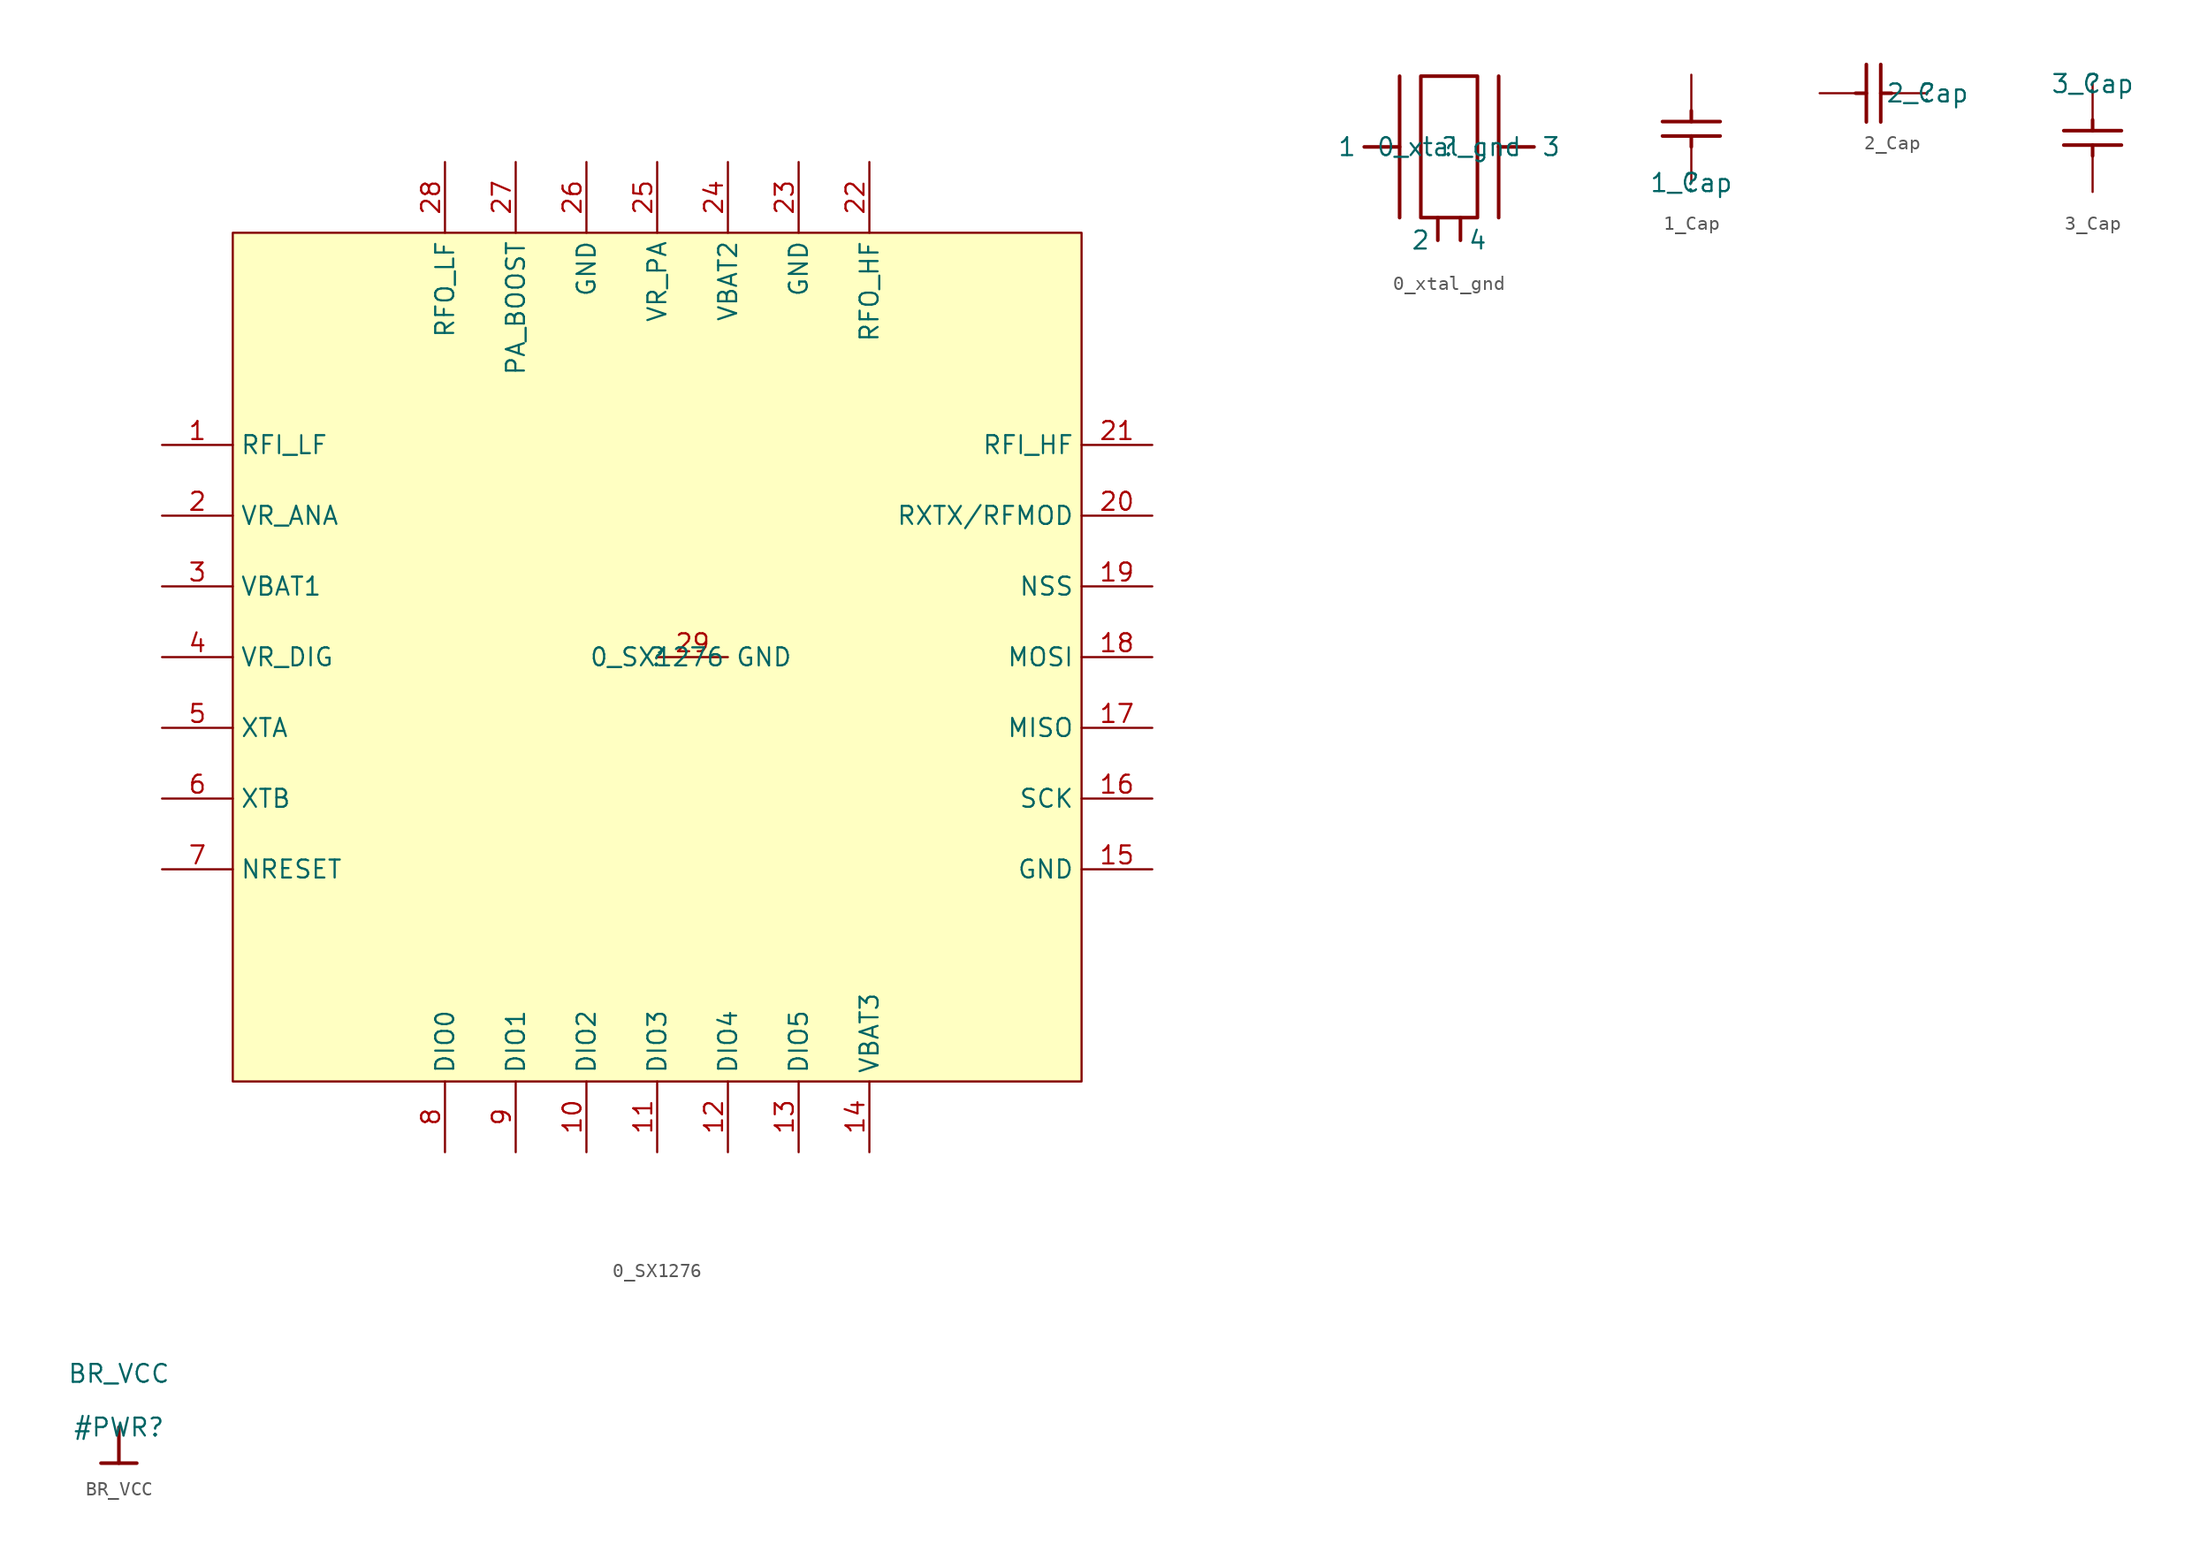
<source format=kicad_sym>
(kicad_symbol_lib
  (version 20211014)
  (generator kicad_symbol_editor)
  (symbol "0_SX1276"
    (property "Reference" ""
      (at 0 0 0)
      (effects (font (size 1.27 1.27))))
    (property "Value" "0_SX1276"
      (at 0 0 0)
      (effects (font (size 1.27 1.27))))
    (symbol "0_SX1276_1_0"
      (rectangle (start 30 30) (end -30 -30) (stroke (width 0) (type default) (color 0 0 0 0)) (fill (type background)))
      (pin passive line (at -35 15 0) (length 5) (name "RFI_LF" (effects (font (size 1.27 1.27)))) (number "1" (effects (font (size 1.27 1.27)))))
      (pin passive line (at -5 -35 90) (length 5) (name "DIO2" (effects (font (size 1.27 1.27)))) (number "10" (effects (font (size 1.27 1.27)))))
      (pin passive line (at 0 -35 90) (length 5) (name "DIO3" (effects (font (size 1.27 1.27)))) (number "11" (effects (font (size 1.27 1.27)))))
      (pin passive line (at 5 -35 90) (length 5) (name "DIO4" (effects (font (size 1.27 1.27)))) (number "12" (effects (font (size 1.27 1.27)))))
      (pin passive line (at 10 -35 90) (length 5) (name "DIO5" (effects (font (size 1.27 1.27)))) (number "13" (effects (font (size 1.27 1.27)))))
      (pin passive line (at 15 -35 90) (length 5) (name "VBAT3" (effects (font (size 1.27 1.27)))) (number "14" (effects (font (size 1.27 1.27)))))
      (pin passive line (at 35 -15 180) (length 5) (name "GND" (effects (font (size 1.27 1.27)))) (number "15" (effects (font (size 1.27 1.27)))))
      (pin passive line (at 35 -10 180) (length 5) (name "SCK" (effects (font (size 1.27 1.27)))) (number "16" (effects (font (size 1.27 1.27)))))
      (pin passive line (at 35 -5 180) (length 5) (name "MISO" (effects (font (size 1.27 1.27)))) (number "17" (effects (font (size 1.27 1.27)))))
      (pin passive line (at 35 0 180) (length 5) (name "MOSI" (effects (font (size 1.27 1.27)))) (number "18" (effects (font (size 1.27 1.27)))))
      (pin passive line (at 35 5 180) (length 5) (name "NSS" (effects (font (size 1.27 1.27)))) (number "19" (effects (font (size 1.27 1.27)))))
      (pin passive line (at -35 10 0) (length 5) (name "VR_ANA" (effects (font (size 1.27 1.27)))) (number "2" (effects (font (size 1.27 1.27)))))
      (pin passive line (at 35 10 180) (length 5) (name "RXTX/RFMOD" (effects (font (size 1.27 1.27)))) (number "20" (effects (font (size 1.27 1.27)))))
      (pin passive line (at 35 15 180) (length 5) (name "RFI_HF" (effects (font (size 1.27 1.27)))) (number "21" (effects (font (size 1.27 1.27)))))
      (pin passive line (at 15 35 270) (length 5) (name "RFO_HF" (effects (font (size 1.27 1.27)))) (number "22" (effects (font (size 1.27 1.27)))))
      (pin passive line (at 10 35 270) (length 5) (name "GND" (effects (font (size 1.27 1.27)))) (number "23" (effects (font (size 1.27 1.27)))))
      (pin passive line (at 5 35 270) (length 5) (name "VBAT2" (effects (font (size 1.27 1.27)))) (number "24" (effects (font (size 1.27 1.27)))))
      (pin passive line (at 0 35 270) (length 5) (name "VR_PA" (effects (font (size 1.27 1.27)))) (number "25" (effects (font (size 1.27 1.27)))))
      (pin passive line (at -5 35 270) (length 5) (name "GND" (effects (font (size 1.27 1.27)))) (number "26" (effects (font (size 1.27 1.27)))))
      (pin passive line (at -10 35 270) (length 5) (name "PA_BOOST" (effects (font (size 1.27 1.27)))) (number "27" (effects (font (size 1.27 1.27)))))
      (pin passive line (at -15 35 270) (length 5) (name "RFO_LF" (effects (font (size 1.27 1.27)))) (number "28" (effects (font (size 1.27 1.27)))))
      (pin passive line (at 0 0 0) (length 5) (name "GND" (effects (font (size 1.27 1.27)))) (number "29" (effects (font (size 1.27 1.27)))))
      (pin passive line (at -35 5 0) (length 5) (name "VBAT1" (effects (font (size 1.27 1.27)))) (number "3" (effects (font (size 1.27 1.27)))))
      (pin passive line (at -35 0 0) (length 5) (name "VR_DIG" (effects (font (size 1.27 1.27)))) (number "4" (effects (font (size 1.27 1.27)))))
      (pin passive line (at -35 -5 0) (length 5) (name "XTA" (effects (font (size 1.27 1.27)))) (number "5" (effects (font (size 1.27 1.27)))))
      (pin passive line (at -35 -10 0) (length 5) (name "XTB" (effects (font (size 1.27 1.27)))) (number "6" (effects (font (size 1.27 1.27)))))
      (pin passive line (at -35 -15 0) (length 5) (name "NRESET" (effects (font (size 1.27 1.27)))) (number "7" (effects (font (size 1.27 1.27)))))
      (pin passive line (at -15 -35 90) (length 5) (name "DIO0" (effects (font (size 1.27 1.27)))) (number "8" (effects (font (size 1.27 1.27)))))
      (pin passive line (at -10 -35 90) (length 5) (name "DIO1" (effects (font (size 1.27 1.27)))) (number "9" (effects (font (size 1.27 1.27)))))))
  (symbol "0_xtal_gnd"
    (property "Reference" ""
      (at 0 0 0)
      (effects (font (size 1.27 1.27))))
    (property "Value" "0_xtal_gnd"
      (at 0 0 0)
      (effects (font (size 1.27 1.27))))
    (symbol "0_xtal_gnd_1_0"
      (polyline (pts (xy -6 0) (xy -3.5 0)) (stroke (width 0.254) (type default) (color 0 0 0 0)) (fill (type none)))
      (polyline (pts (xy -3.5 5) (xy -3.5 -5)) (stroke (width 0.254) (type default) (color 0 0 0 0)) (fill (type none)))
      (polyline (pts (xy -0.8 -6.6) (xy -0.8 -5)) (stroke (width 0.254) (type default) (color 0 0 0 0)) (fill (type none)))
      (polyline (pts (xy 0.8 -6.6) (xy 0.8 -5)) (stroke (width 0.254) (type default) (color 0 0 0 0)) (fill (type none)))
      (polyline (pts (xy 3.5 5) (xy 3.5 -5)) (stroke (width 0.254) (type default) (color 0 0 0 0)) (fill (type none)))
      (polyline (pts (xy 6 0) (xy 3.5 0)) (stroke (width 0.254) (type default) (color 0 0 0 0)) (fill (type none)))
      (polyline (pts (xy 2 -5) (xy 2 5) (xy -2 5) (xy -2 -5) (xy 2 -5)) (stroke (width 0.254) (type default) (color 0 0 0 0)) (fill (type none)))
      (pin passive line (at -6 0 180) (length 0) (name "1" (effects (font (size 1.27 1.27)))) (number "1" (effects (font (size 0 0)))))
      (pin passive line (at -0.8 -6.6 180) (length 0) (name "2" (effects (font (size 1.27 1.27)))) (number "2" (effects (font (size 0 0)))))
      (pin passive line (at 6 0 0) (length 0) (name "3" (effects (font (size 1.27 1.27)))) (number "3" (effects (font (size 0 0)))))
      (pin passive line (at 0.8 -6.6 0) (length 0) (name "4" (effects (font (size 1.27 1.27)))) (number "4" (effects (font (size 0 0)))))))
  (symbol "1_Cap"
    (property "Reference" ""
      (at 0 0 0)
      (effects (font (size 1.27 1.27))))
    (property "Value" "1_Cap"
      (at 0 0 0)
      (effects (font (size 1.27 1.27))))
    (symbol "1_Cap_1_0"
      (polyline (pts (xy -2.032 4.318) (xy 2.032 4.318)) (stroke (width 0.254) (type default) (color 0 0 0 0)) (fill (type none)))
      (polyline (pts (xy 0 2.54) (xy 0 3.302)) (stroke (width 0.254) (type default) (color 0 0 0 0)) (fill (type none)))
      (polyline (pts (xy 0 5.08) (xy 0 4.318)) (stroke (width 0.254) (type default) (color 0 0 0 0)) (fill (type none)))
      (polyline (pts (xy 2.032 3.302) (xy -2.032 3.302)) (stroke (width 0.254) (type default) (color 0 0 0 0)) (fill (type none)))
      (pin passive line (at 0 0 90) (length 2.54) (name "1" (effects (font (size 0 0)))) (number "1" (effects (font (size 0 0)))))
      (pin passive line (at 0 7.62 270) (length 2.54) (name "2" (effects (font (size 0 0)))) (number "2" (effects (font (size 0 0)))))))
  (symbol "2_Cap"
    (property "Reference" ""
      (at 0 0 0)
      (effects (font (size 1.27 1.27))))
    (property "Value" "2_Cap"
      (at 0 0 0)
      (effects (font (size 1.27 1.27))))
    (symbol "2_Cap_1_0"
      (polyline (pts (xy -5.08 0) (xy -4.318 0)) (stroke (width 0.254) (type default) (color 0 0 0 0)) (fill (type none)))
      (polyline (pts (xy -4.318 -2.032) (xy -4.318 2.032)) (stroke (width 0.254) (type default) (color 0 0 0 0)) (fill (type none)))
      (polyline (pts (xy -3.302 2.032) (xy -3.302 -2.032)) (stroke (width 0.254) (type default) (color 0 0 0 0)) (fill (type none)))
      (polyline (pts (xy -2.54 0) (xy -3.302 0)) (stroke (width 0.254) (type default) (color 0 0 0 0)) (fill (type none)))
      (pin passive line (at 0 0 180) (length 2.54) (name "1" (effects (font (size 0 0)))) (number "1" (effects (font (size 0 0)))))
      (pin passive line (at -7.62 0 0) (length 2.54) (name "2" (effects (font (size 0 0)))) (number "2" (effects (font (size 0 0)))))))
  (symbol "3_Cap"
    (property "Reference" ""
      (at 0 0 0)
      (effects (font (size 1.27 1.27))))
    (property "Value" "3_Cap"
      (at 0 0 0)
      (effects (font (size 1.27 1.27))))
    (symbol "3_Cap_1_0"
      (polyline (pts (xy -2.032 -3.302) (xy 2.032 -3.302)) (stroke (width 0.254) (type default) (color 0 0 0 0)) (fill (type none)))
      (polyline (pts (xy 0 -5.08) (xy 0 -4.318)) (stroke (width 0.254) (type default) (color 0 0 0 0)) (fill (type none)))
      (polyline (pts (xy 0 -2.54) (xy 0 -3.302)) (stroke (width 0.254) (type default) (color 0 0 0 0)) (fill (type none)))
      (polyline (pts (xy 2.032 -4.318) (xy -2.032 -4.318)) (stroke (width 0.254) (type default) (color 0 0 0 0)) (fill (type none)))
      (pin passive line (at 0 0 270) (length 2.54) (name "1" (effects (font (size 0 0)))) (number "1" (effects (font (size 0 0)))))
      (pin passive line (at 0 -7.62 90) (length 2.54) (name "2" (effects (font (size 0 0)))) (number "2" (effects (font (size 0 0)))))))
  (symbol "BR_VCC"
    (power)
    (property "Reference" "#PWR"
      (at 0 0 0)
      (effects (font (size 1.27 1.27))))
    (property "Value" "BR_VCC"
      (at 0 3.81 0)
      (effects (font (size 1.27 1.27))))
    (symbol "BR_VCC_0_0"
      (polyline (pts (xy -1.27 -2.54) (xy 1.27 -2.54)) (stroke (width 0.254) (type default) (color 0 0 0 0)) (fill (type none)))
      (polyline (pts (xy 0 0) (xy 0 -2.54)) (stroke (width 0.254) (type default) (color 0 0 0 0)) (fill (type none)))
      (pin power_in line (at 0 0 0) (length 0) hide (name "BR_VCC" (effects (font (size 1.27 1.27)))) (number "" (effects (font (size 1.27 1.27))))))))
</source>
